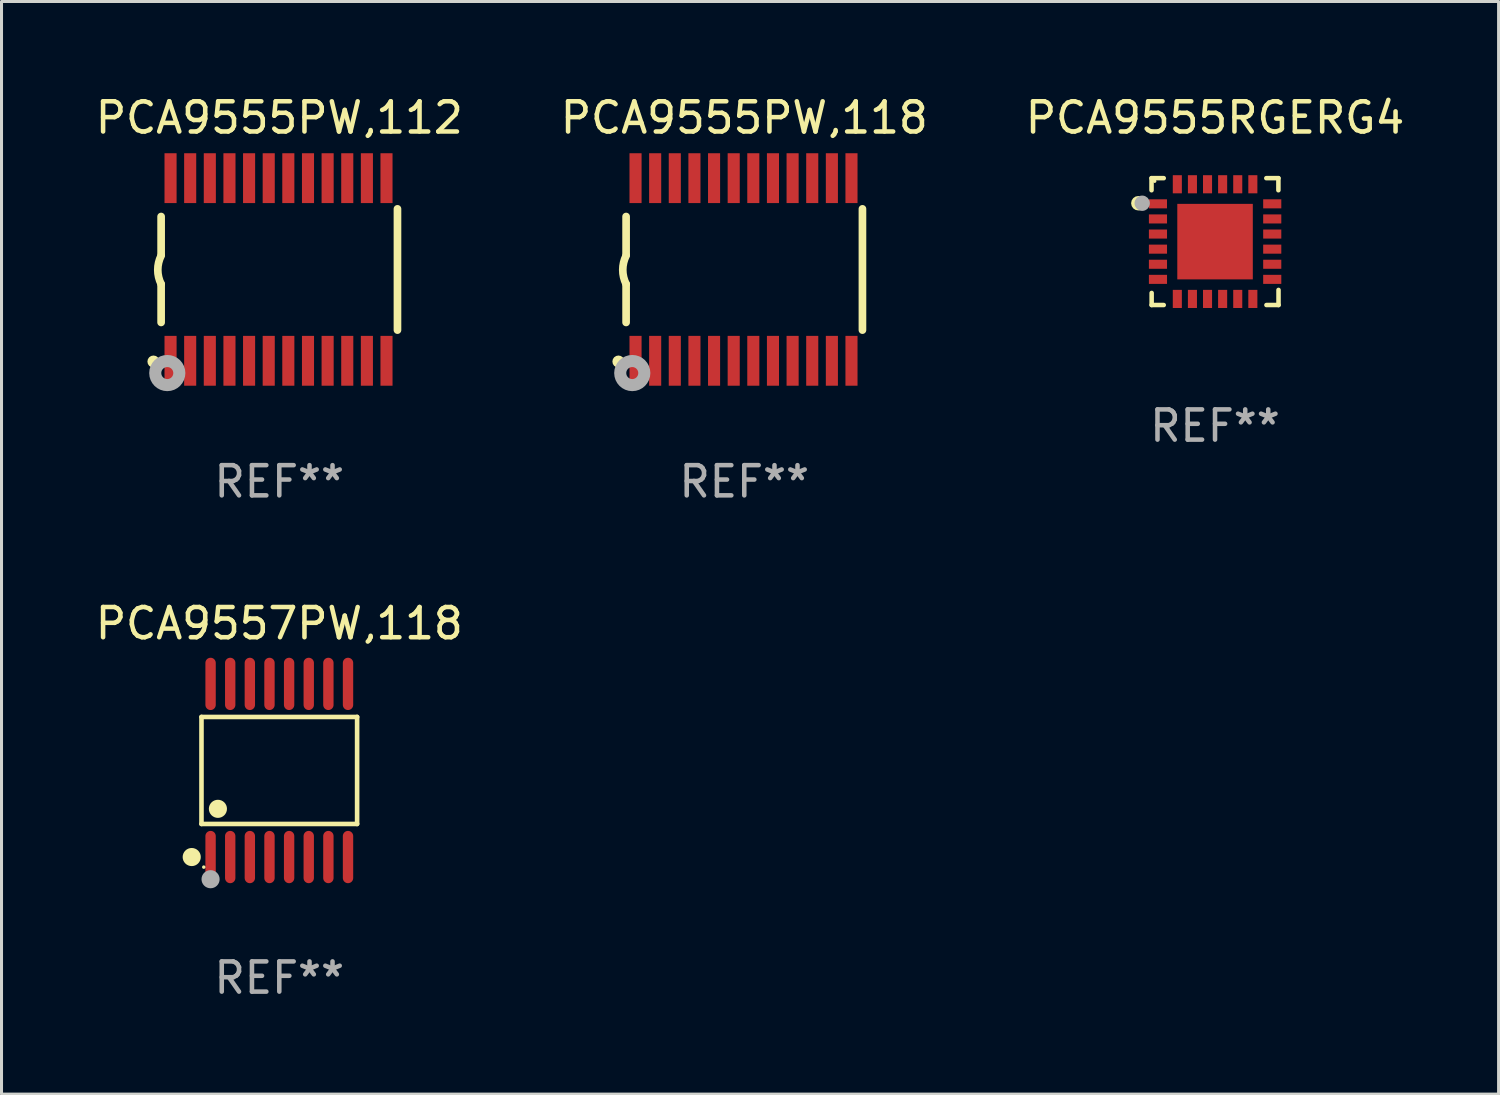
<source format=kicad_pcb>
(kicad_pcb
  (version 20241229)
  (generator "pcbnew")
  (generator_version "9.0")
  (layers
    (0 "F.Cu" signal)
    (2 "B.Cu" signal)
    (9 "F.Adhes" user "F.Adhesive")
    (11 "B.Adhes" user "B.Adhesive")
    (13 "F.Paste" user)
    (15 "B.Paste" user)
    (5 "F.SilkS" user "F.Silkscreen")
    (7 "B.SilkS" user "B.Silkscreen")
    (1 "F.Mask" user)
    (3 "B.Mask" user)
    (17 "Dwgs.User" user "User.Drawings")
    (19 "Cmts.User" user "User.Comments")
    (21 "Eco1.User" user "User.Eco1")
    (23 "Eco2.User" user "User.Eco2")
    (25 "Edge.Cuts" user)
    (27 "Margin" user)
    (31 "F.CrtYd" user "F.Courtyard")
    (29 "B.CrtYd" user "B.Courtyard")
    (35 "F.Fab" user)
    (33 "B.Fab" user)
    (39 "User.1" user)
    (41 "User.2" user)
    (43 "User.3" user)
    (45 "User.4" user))
  (footprint "PCA9555PW,112"
    (layer "F.Cu")
    (at 6.196 5.871)
    (property "Reference" "PCA9555PW,112" (at 0 -5.023 0) (layer "F.SilkS") (effects (font (size 1 1) (thickness 0.15))))
    (attr through_hole)
    (fp_line (start -3.912 -0.483) (end -3.912 -1.753) (stroke (width 0.254) (type solid)) (layer "F.SilkS"))
    (fp_line (start -3.912 1.753) (end -3.912 0.483) (stroke (width 0.254) (type solid)) (layer "F.SilkS"))
    (fp_line (start 3.912 -2.007) (end 3.912 2.007) (stroke (width 0.254) (type solid)) (layer "F.SilkS"))
    (fp_arc (start -3.911608 0.482601) (mid -4.022537 0.0127) (end -3.911608 -0.457201) (stroke (width 0.254001) (type solid)) (layer "F.SilkS"))
    (fp_circle (center -4.166 3.048) (end -4.066 3.048) (stroke (width 0.2) (type solid)) (fill no) (layer "F.SilkS"))
    (fp_circle (center -3.925 3.186) (end -3.895 3.186) (stroke (width 0.06) (type solid)) (fill no) (layer "F.SilkS"))
    (fp_circle (center -3.708 3.429) (end -3.509 3.429) (stroke (width 0.4) (type solid)) (fill no) (layer "F.Fab"))
    (fp_text user "REF**" (at 0 7.023 0) (layer "F.Fab") (effects (font (size 1 1) (thickness 0.15))))
    (pad "1" smd rect (at -3.6 3.023) (size 0.4 1.65) (layers "F.Cu" "F.Mask" "F.Paste"))
    (pad "2" smd rect (at -2.95 3.023) (size 0.4 1.65) (layers "F.Cu" "F.Mask" "F.Paste"))
    (pad "3" smd rect (at -2.3 3.023) (size 0.4 1.65) (layers "F.Cu" "F.Mask" "F.Paste"))
    (pad "4" smd rect (at -1.65 3.023) (size 0.4 1.65) (layers "F.Cu" "F.Mask" "F.Paste"))
    (pad "5" smd rect (at -1 3.023) (size 0.4 1.65) (layers "F.Cu" "F.Mask" "F.Paste"))
    (pad "6" smd rect (at -0.35 3.023) (size 0.4 1.65) (layers "F.Cu" "F.Mask" "F.Paste"))
    (pad "7" smd rect (at 0.299 3.023) (size 0.4 1.65) (layers "F.Cu" "F.Mask" "F.Paste"))
    (pad "8" smd rect (at 0.95 3.023) (size 0.4 1.65) (layers "F.Cu" "F.Mask" "F.Paste"))
    (pad "9" smd rect (at 1.6 3.023) (size 0.4 1.65) (layers "F.Cu" "F.Mask" "F.Paste"))
    (pad "10" smd rect (at 2.25 3.023) (size 0.4 1.65) (layers "F.Cu" "F.Mask" "F.Paste"))
    (pad "11" smd rect (at 2.9 3.023) (size 0.4 1.65) (layers "F.Cu" "F.Mask" "F.Paste"))
    (pad "12" smd rect (at 3.549 3.023) (size 0.4 1.65) (layers "F.Cu" "F.Mask" "F.Paste"))
    (pad "13" smd rect (at 3.549 -3.023) (size 0.4 1.65) (layers "F.Cu" "F.Mask" "F.Paste"))
    (pad "14" smd rect (at 2.9 -3.023) (size 0.4 1.65) (layers "F.Cu" "F.Mask" "F.Paste"))
    (pad "15" smd rect (at 2.25 -3.023) (size 0.4 1.65) (layers "F.Cu" "F.Mask" "F.Paste"))
    (pad "16" smd rect (at 1.6 -3.023) (size 0.4 1.65) (layers "F.Cu" "F.Mask" "F.Paste"))
    (pad "17" smd rect (at 0.95 -3.023) (size 0.4 1.65) (layers "F.Cu" "F.Mask" "F.Paste"))
    (pad "18" smd rect (at 0.299 -3.023) (size 0.4 1.65) (layers "F.Cu" "F.Mask" "F.Paste"))
    (pad "19" smd rect (at -0.35 -3.023) (size 0.4 1.65) (layers "F.Cu" "F.Mask" "F.Paste"))
    (pad "20" smd rect (at -1 -3.023) (size 0.4 1.65) (layers "F.Cu" "F.Mask" "F.Paste"))
    (pad "21" smd rect (at -1.65 -3.023) (size 0.4 1.65) (layers "F.Cu" "F.Mask" "F.Paste"))
    (pad "22" smd rect (at -2.3 -3.023) (size 0.4 1.65) (layers "F.Cu" "F.Mask" "F.Paste"))
    (pad "23" smd rect (at -2.95 -3.023) (size 0.4 1.65) (layers "F.Cu" "F.Mask" "F.Paste"))
    (pad "24" smd rect (at -3.6 -3.023) (size 0.4 1.65) (layers "F.Cu" "F.Mask" "F.Paste")))
  (footprint "PCA9555RGERG4"
    (layer "F.Cu")
    (at 37.173 4.948)
    (property "Reference" "PCA9555RGERG4" (at 0 -4.1 0) (layer "F.SilkS") (effects (font (size 1 1) (thickness 0.15))))
    (attr through_hole)
    (fp_line (start -2.102 -2.1) (end -1.698 -2.1) (stroke (width 0.15) (type solid)) (layer "F.SilkS"))
    (fp_line (start -2.102 -1.7) (end -2.102 -2.1) (stroke (width 0.15) (type solid)) (layer "F.SilkS"))
    (fp_line (start -2.098 1.7) (end -2.098 2.1) (stroke (width 0.15) (type solid)) (layer "F.SilkS"))
    (fp_line (start -2.098 2.1) (end -1.698 2.1) (stroke (width 0.15) (type solid)) (layer "F.SilkS"))
    (fp_line (start 1.698 -2.1) (end 2.098 -2.1) (stroke (width 0.15) (type solid)) (layer "F.SilkS"))
    (fp_line (start 2.098 -2.1) (end 2.098 -1.7) (stroke (width 0.15) (type solid)) (layer "F.SilkS"))
    (fp_line (start 2.102 1.6) (end 2.102 2.1) (stroke (width 0.15) (type solid)) (layer "F.SilkS"))
    (fp_line (start 2.102 2.1) (end 1.702 2.1) (stroke (width 0.15) (type solid)) (layer "F.SilkS"))
    (fp_circle (center -2.538 -1.27) (end -2.418 -1.27) (stroke (width 0.24) (type solid)) (fill no) (layer "F.SilkS"))
    (fp_circle (center -1.998 -2) (end -1.968 -2) (stroke (width 0.06) (type solid)) (fill no) (layer "F.SilkS"))
    (fp_circle (center -2.411 -1.27) (end -2.284 -1.27) (stroke (width 0.254) (type solid)) (fill no) (layer "F.Fab"))
    (fp_text user "REF**" (at 0 6.1 0) (layer "F.Fab") (effects (font (size 1 1) (thickness 0.15))))
    (pad "1" smd rect (at -1.89 -1.25 90) (size 0.3 0.6) (layers "F.Cu" "F.Mask" "F.Paste"))
    (pad "2" smd rect (at -1.889 -0.75 90) (size 0.3 0.6) (layers "F.Cu" "F.Mask" "F.Paste"))
    (pad "3" smd rect (at -1.889 -0.25 90) (size 0.3 0.6) (layers "F.Cu" "F.Mask" "F.Paste"))
    (pad "4" smd rect (at -1.889 0.25 90) (size 0.3 0.6) (layers "F.Cu" "F.Mask" "F.Paste"))
    (pad "5" smd rect (at -1.889 0.75 90) (size 0.3 0.6) (layers "F.Cu" "F.Mask" "F.Paste"))
    (pad "6" smd rect (at -1.889 1.25 90) (size 0.3 0.6) (layers "F.Cu" "F.Mask" "F.Paste"))
    (pad "7" smd rect (at -1.248 1.898 180) (size 0.3 0.6) (layers "F.Cu" "F.Mask" "F.Paste"))
    (pad "8" smd rect (at -0.748 1.898 180) (size 0.3 0.6) (layers "F.Cu" "F.Mask" "F.Paste"))
    (pad "9" smd rect (at -0.248 1.898 180) (size 0.3 0.6) (layers "F.Cu" "F.Mask" "F.Paste"))
    (pad "10" smd rect (at 0.252 1.898 180) (size 0.3 0.6) (layers "F.Cu" "F.Mask" "F.Paste"))
    (pad "11" smd rect (at 0.752 1.898 180) (size 0.3 0.6) (layers "F.Cu" "F.Mask" "F.Paste"))
    (pad "12" smd rect (at 1.252 1.898 180) (size 0.3 0.6) (layers "F.Cu" "F.Mask" "F.Paste"))
    (pad "13" smd rect (at 1.894 1.25 270) (size 0.3 0.6) (layers "F.Cu" "F.Mask" "F.Paste"))
    (pad "14" smd rect (at 1.894 0.75 270) (size 0.3 0.6) (layers "F.Cu" "F.Mask" "F.Paste"))
    (pad "15" smd rect (at 1.894 0.25 270) (size 0.3 0.6) (layers "F.Cu" "F.Mask" "F.Paste"))
    (pad "16" smd rect (at 1.894 -0.25 270) (size 0.3 0.6) (layers "F.Cu" "F.Mask" "F.Paste"))
    (pad "17" smd rect (at 1.894 -0.75 270) (size 0.3 0.6) (layers "F.Cu" "F.Mask" "F.Paste"))
    (pad "18" smd rect (at 1.894 -1.25 270) (size 0.3 0.6) (layers "F.Cu" "F.Mask" "F.Paste"))
    (pad "19" smd rect (at 1.252 -1.898) (size 0.3 0.6) (layers "F.Cu" "F.Mask" "F.Paste"))
    (pad "20" smd rect (at 0.752 -1.898) (size 0.3 0.6) (layers "F.Cu" "F.Mask" "F.Paste"))
    (pad "21" smd rect (at 0.252 -1.898) (size 0.3 0.6) (layers "F.Cu" "F.Mask" "F.Paste"))
    (pad "22" smd rect (at -0.248 -1.898) (size 0.3 0.6) (layers "F.Cu" "F.Mask" "F.Paste"))
    (pad "23" smd rect (at -0.748 -1.898) (size 0.3 0.6) (layers "F.Cu" "F.Mask" "F.Paste"))
    (pad "24" smd rect (at -1.248 -1.898) (size 0.3 0.6) (layers "F.Cu" "F.Mask" "F.Paste"))
    (pad "25" smd rect (at 0.001 0.001) (size 2.5 2.5) (layers "F.Cu" "F.Mask" "F.Paste")))
  (footprint "PCA9557PW,118"
    (layer "F.Cu")
    (at 6.196 22.456)
    (property "Reference" "PCA9557PW,118" (at 0 -4.866 0) (layer "F.SilkS") (effects (font (size 1 1) (thickness 0.15))))
    (attr through_hole)
    (fp_line (start -2.576 -1.772) (end 2.576 -1.772) (stroke (width 0.152) (type solid)) (layer "F.SilkS"))
    (fp_line (start -2.576 1.771) (end -2.576 -1.772) (stroke (width 0.152) (type solid)) (layer "F.SilkS"))
    (fp_line (start 2.576 -1.772) (end 2.576 1.771) (stroke (width 0.152) (type solid)) (layer "F.SilkS"))
    (fp_line (start 2.576 1.771) (end -2.576 1.771) (stroke (width 0.152) (type solid)) (layer "F.SilkS"))
    (fp_circle (center -2.899 2.866) (end -2.749 2.866) (stroke (width 0.3) (type solid)) (fill no) (layer "F.SilkS"))
    (fp_circle (center -2.5 3.2) (end -2.47 3.2) (stroke (width 0.06) (type solid)) (fill no) (layer "F.SilkS"))
    (fp_circle (center -2.032 1.27) (end -1.882 1.27) (stroke (width 0.3) (type solid)) (fill no) (layer "F.SilkS"))
    (fp_circle (center -2.275 3.6) (end -2.125 3.6) (stroke (width 0.3) (type solid)) (fill no) (layer "F.Fab"))
    (fp_text user "REF**" (at 0 6.866 0) (layer "F.Fab") (effects (font (size 1 1) (thickness 0.15))))
    (pad "1" smd oval (at -2.275 2.866) (size 0.343 1.731) (layers "F.Cu" "F.Mask" "F.Paste"))
    (pad "2" smd oval (at -1.625 2.866) (size 0.343 1.731) (layers "F.Cu" "F.Mask" "F.Paste"))
    (pad "3" smd oval (at -0.975 2.866) (size 0.343 1.731) (layers "F.Cu" "F.Mask" "F.Paste"))
    (pad "4" smd oval (at -0.325 2.866) (size 0.343 1.731) (layers "F.Cu" "F.Mask" "F.Paste"))
    (pad "5" smd oval (at 0.325 2.866) (size 0.343 1.731) (layers "F.Cu" "F.Mask" "F.Paste"))
    (pad "6" smd oval (at 0.975 2.866) (size 0.343 1.731) (layers "F.Cu" "F.Mask" "F.Paste"))
    (pad "7" smd oval (at 1.625 2.866) (size 0.343 1.731) (layers "F.Cu" "F.Mask" "F.Paste"))
    (pad "8" smd oval (at 2.275 2.866) (size 0.343 1.731) (layers "F.Cu" "F.Mask" "F.Paste"))
    (pad "9" smd oval (at 2.275 -2.866) (size 0.343 1.731) (layers "F.Cu" "F.Mask" "F.Paste"))
    (pad "10" smd oval (at 1.625 -2.866) (size 0.343 1.731) (layers "F.Cu" "F.Mask" "F.Paste"))
    (pad "11" smd oval (at 0.975 -2.866) (size 0.343 1.731) (layers "F.Cu" "F.Mask" "F.Paste"))
    (pad "12" smd oval (at 0.325 -2.866) (size 0.343 1.731) (layers "F.Cu" "F.Mask" "F.Paste"))
    (pad "13" smd oval (at -0.325 -2.866) (size 0.343 1.731) (layers "F.Cu" "F.Mask" "F.Paste"))
    (pad "14" smd oval (at -0.975 -2.866) (size 0.343 1.731) (layers "F.Cu" "F.Mask" "F.Paste"))
    (pad "15" smd oval (at -1.625 -2.866) (size 0.343 1.731) (layers "F.Cu" "F.Mask" "F.Paste"))
    (pad "16" smd oval (at -2.275 -2.866) (size 0.343 1.731) (layers "F.Cu" "F.Mask" "F.Paste")))
  (footprint "PCA9555PW,118"
    (layer "F.Cu")
    (at 21.589 5.871)
    (property "Reference" "PCA9555PW,118" (at 0 -5.023 0) (layer "F.SilkS") (effects (font (size 1 1) (thickness 0.15))))
    (attr through_hole)
    (fp_line (start -3.912 -0.483) (end -3.912 -1.753) (stroke (width 0.254) (type solid)) (layer "F.SilkS"))
    (fp_line (start -3.912 1.753) (end -3.912 0.483) (stroke (width 0.254) (type solid)) (layer "F.SilkS"))
    (fp_line (start 3.912 -2.007) (end 3.912 2.007) (stroke (width 0.254) (type solid)) (layer "F.SilkS"))
    (fp_arc (start -3.911608 0.482601) (mid -4.022537 0.0127) (end -3.911608 -0.457201) (stroke (width 0.254001) (type solid)) (layer "F.SilkS"))
    (fp_circle (center -4.166 3.048) (end -4.066 3.048) (stroke (width 0.2) (type solid)) (fill no) (layer "F.SilkS"))
    (fp_circle (center -3.925 3.186) (end -3.895 3.186) (stroke (width 0.06) (type solid)) (fill no) (layer "F.SilkS"))
    (fp_circle (center -3.708 3.429) (end -3.509 3.429) (stroke (width 0.4) (type solid)) (fill no) (layer "F.Fab"))
    (fp_text user "REF**" (at 0 7.023 0) (layer "F.Fab") (effects (font (size 1 1) (thickness 0.15))))
    (pad "1" smd rect (at -3.6 3.023) (size 0.4 1.65) (layers "F.Cu" "F.Mask" "F.Paste"))
    (pad "2" smd rect (at -2.95 3.023) (size 0.4 1.65) (layers "F.Cu" "F.Mask" "F.Paste"))
    (pad "3" smd rect (at -2.3 3.023) (size 0.4 1.65) (layers "F.Cu" "F.Mask" "F.Paste"))
    (pad "4" smd rect (at -1.65 3.023) (size 0.4 1.65) (layers "F.Cu" "F.Mask" "F.Paste"))
    (pad "5" smd rect (at -1 3.023) (size 0.4 1.65) (layers "F.Cu" "F.Mask" "F.Paste"))
    (pad "6" smd rect (at -0.35 3.023) (size 0.4 1.65) (layers "F.Cu" "F.Mask" "F.Paste"))
    (pad "7" smd rect (at 0.299 3.023) (size 0.4 1.65) (layers "F.Cu" "F.Mask" "F.Paste"))
    (pad "8" smd rect (at 0.95 3.023) (size 0.4 1.65) (layers "F.Cu" "F.Mask" "F.Paste"))
    (pad "9" smd rect (at 1.6 3.023) (size 0.4 1.65) (layers "F.Cu" "F.Mask" "F.Paste"))
    (pad "10" smd rect (at 2.25 3.023) (size 0.4 1.65) (layers "F.Cu" "F.Mask" "F.Paste"))
    (pad "11" smd rect (at 2.9 3.023) (size 0.4 1.65) (layers "F.Cu" "F.Mask" "F.Paste"))
    (pad "12" smd rect (at 3.549 3.023) (size 0.4 1.65) (layers "F.Cu" "F.Mask" "F.Paste"))
    (pad "13" smd rect (at 3.549 -3.023) (size 0.4 1.65) (layers "F.Cu" "F.Mask" "F.Paste"))
    (pad "14" smd rect (at 2.9 -3.023) (size 0.4 1.65) (layers "F.Cu" "F.Mask" "F.Paste"))
    (pad "15" smd rect (at 2.25 -3.023) (size 0.4 1.65) (layers "F.Cu" "F.Mask" "F.Paste"))
    (pad "16" smd rect (at 1.6 -3.023) (size 0.4 1.65) (layers "F.Cu" "F.Mask" "F.Paste"))
    (pad "17" smd rect (at 0.95 -3.023) (size 0.4 1.65) (layers "F.Cu" "F.Mask" "F.Paste"))
    (pad "18" smd rect (at 0.299 -3.023) (size 0.4 1.65) (layers "F.Cu" "F.Mask" "F.Paste"))
    (pad "19" smd rect (at -0.35 -3.023) (size 0.4 1.65) (layers "F.Cu" "F.Mask" "F.Paste"))
    (pad "20" smd rect (at -1 -3.023) (size 0.4 1.65) (layers "F.Cu" "F.Mask" "F.Paste"))
    (pad "21" smd rect (at -1.65 -3.023) (size 0.4 1.65) (layers "F.Cu" "F.Mask" "F.Paste"))
    (pad "22" smd rect (at -2.3 -3.023) (size 0.4 1.65) (layers "F.Cu" "F.Mask" "F.Paste"))
    (pad "23" smd rect (at -2.95 -3.023) (size 0.4 1.65) (layers "F.Cu" "F.Mask" "F.Paste"))
    (pad "24" smd rect (at -3.6 -3.023) (size 0.4 1.65) (layers "F.Cu" "F.Mask" "F.Paste")))
  (gr_rect
    (start -3 -3)
    (end 46.56 33.17)
    (stroke (width 0.1) (type default))
    (fill no)
    (layer "Edge.Cuts")))
</source>
